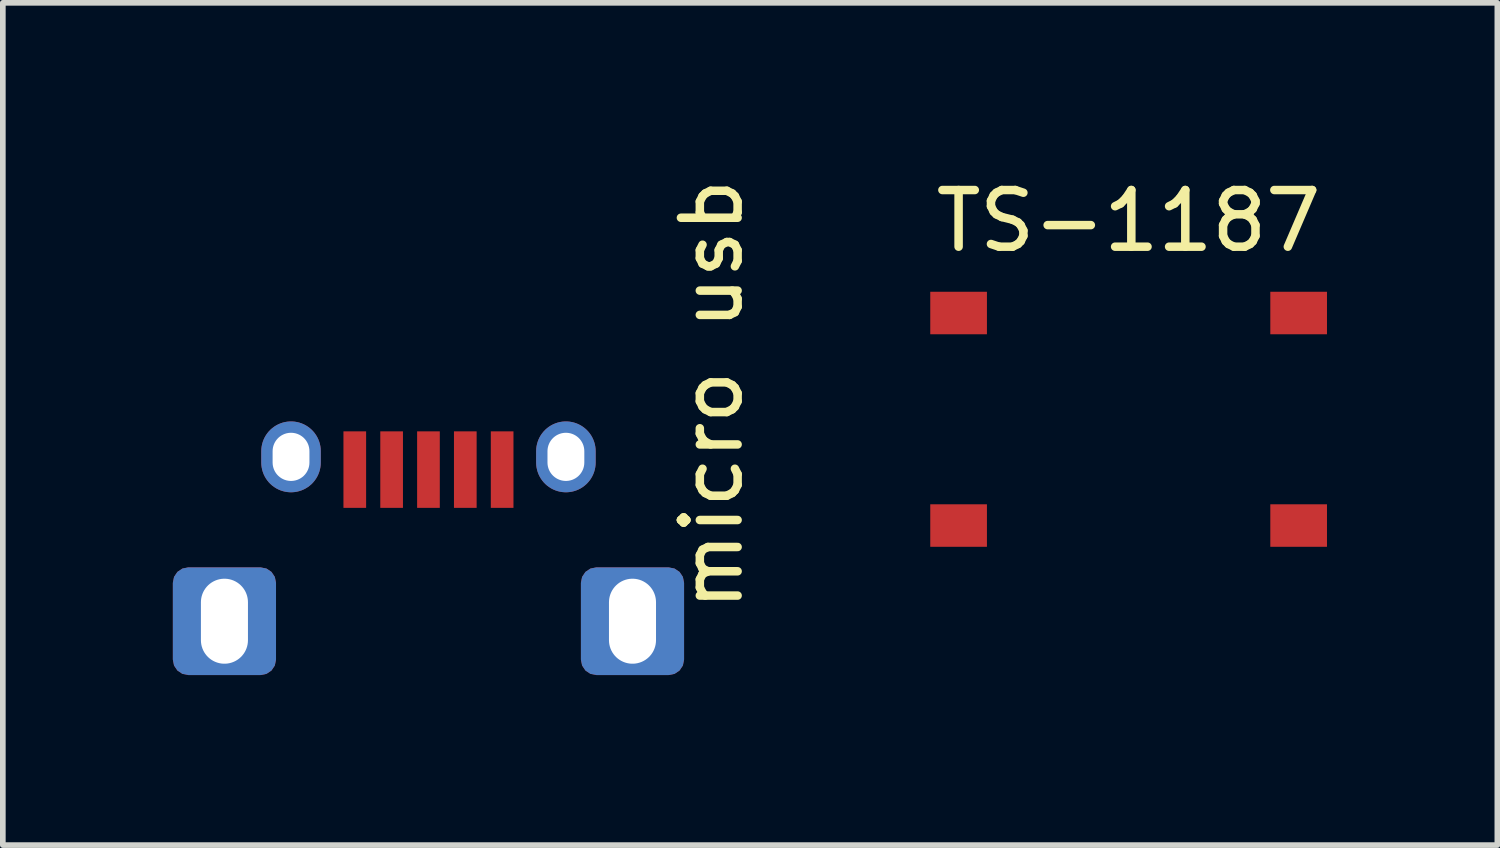
<source format=kicad_pcb>
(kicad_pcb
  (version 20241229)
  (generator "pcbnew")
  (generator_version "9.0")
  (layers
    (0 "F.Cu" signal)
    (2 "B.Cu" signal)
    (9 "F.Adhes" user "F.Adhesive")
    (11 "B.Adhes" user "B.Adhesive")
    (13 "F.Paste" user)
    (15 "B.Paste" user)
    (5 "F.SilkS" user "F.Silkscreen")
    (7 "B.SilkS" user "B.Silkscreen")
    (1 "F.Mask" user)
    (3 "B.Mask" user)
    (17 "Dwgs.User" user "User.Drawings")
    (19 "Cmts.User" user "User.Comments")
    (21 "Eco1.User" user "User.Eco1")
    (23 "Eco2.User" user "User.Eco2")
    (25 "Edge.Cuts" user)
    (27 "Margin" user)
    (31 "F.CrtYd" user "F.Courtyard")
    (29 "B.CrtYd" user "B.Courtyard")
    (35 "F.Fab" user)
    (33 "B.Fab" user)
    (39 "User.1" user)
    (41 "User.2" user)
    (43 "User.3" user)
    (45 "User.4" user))
  (footprint "TS-1187"
    (layer "F.Cu")
    (at 16.864 4.348)
    (property "Reference" "TS-1187" (at 0 -3.5 0) (layer "F.SilkS") (effects (font (size 1 1) (thickness 0.15))))
    (attr through_hole)
    (pad "1" smd rect (at -3 1.875) (size 1 0.75) (layers "F.Cu" "F.Mask" "F.Paste"))
    (pad "1" smd rect (at 3 1.875) (size 1 0.75) (layers "F.Cu" "F.Mask" "F.Paste"))
    (pad "2" smd rect (at -3 -1.875) (size 1 0.75) (layers "F.Cu" "F.Mask" "F.Paste"))
    (pad "2" smd rect (at 3 -1.875) (size 1 0.75) (layers "F.Cu" "F.Mask" "F.Paste")))
  (footprint "micro usb"
    (layer "F.Cu")
    (at 4.51 7.911)
    (property "Reference" "micro usb" (at 5 -4 90) (layer "F.SilkS") (effects (font (size 1 1) (thickness 0.15))))
    (attr through_hole)
    (pad "1" smd rect (at -1.3 -2.675) (size 0.4 1.35) (layers "F.Cu" "F.Mask" "F.Paste"))
    (pad "2" smd rect (at -0.65 -2.675) (size 0.4 1.35) (layers "F.Cu" "F.Mask" "F.Paste"))
    (pad "3" smd rect (at 0 -2.675) (size 0.4 1.35) (layers "F.Cu" "F.Mask" "F.Paste"))
    (pad "4" smd rect (at 0.65 -2.675) (size 0.4 1.35) (layers "F.Cu" "F.Mask" "F.Paste"))
    (pad "5" smd rect (at 1.3 -2.675) (size 0.4 1.35) (layers "F.Cu" "F.Mask" "F.Paste"))
    (pad "GND" thru_hole roundrect (at -3.6 0) (size 1.82 1.9) (drill oval 0.83 1.5) (layers "*.Cu" "*.Mask") (roundrect_rratio 0.15))
    (pad "GND" thru_hole oval (at -2.425 -2.9) (size 1.05 1.25) (drill oval 0.65 0.85) (layers "*.Cu" "*.Mask"))
    (pad "GND" thru_hole oval (at 2.425 -2.9) (size 1.05 1.25) (drill oval 0.65 0.85) (layers "*.Cu" "*.Mask"))
    (pad "GND" thru_hole roundrect (at 3.6 0) (size 1.82 1.9) (drill oval 0.83 1.5) (layers "*.Cu" "*.Mask") (roundrect_rratio 0.15)))
  (gr_rect
    (start -3 -3)
    (end 23.37 11.861)
    (stroke (width 0.1) (type default))
    (fill no)
    (layer "Edge.Cuts")))
</source>
